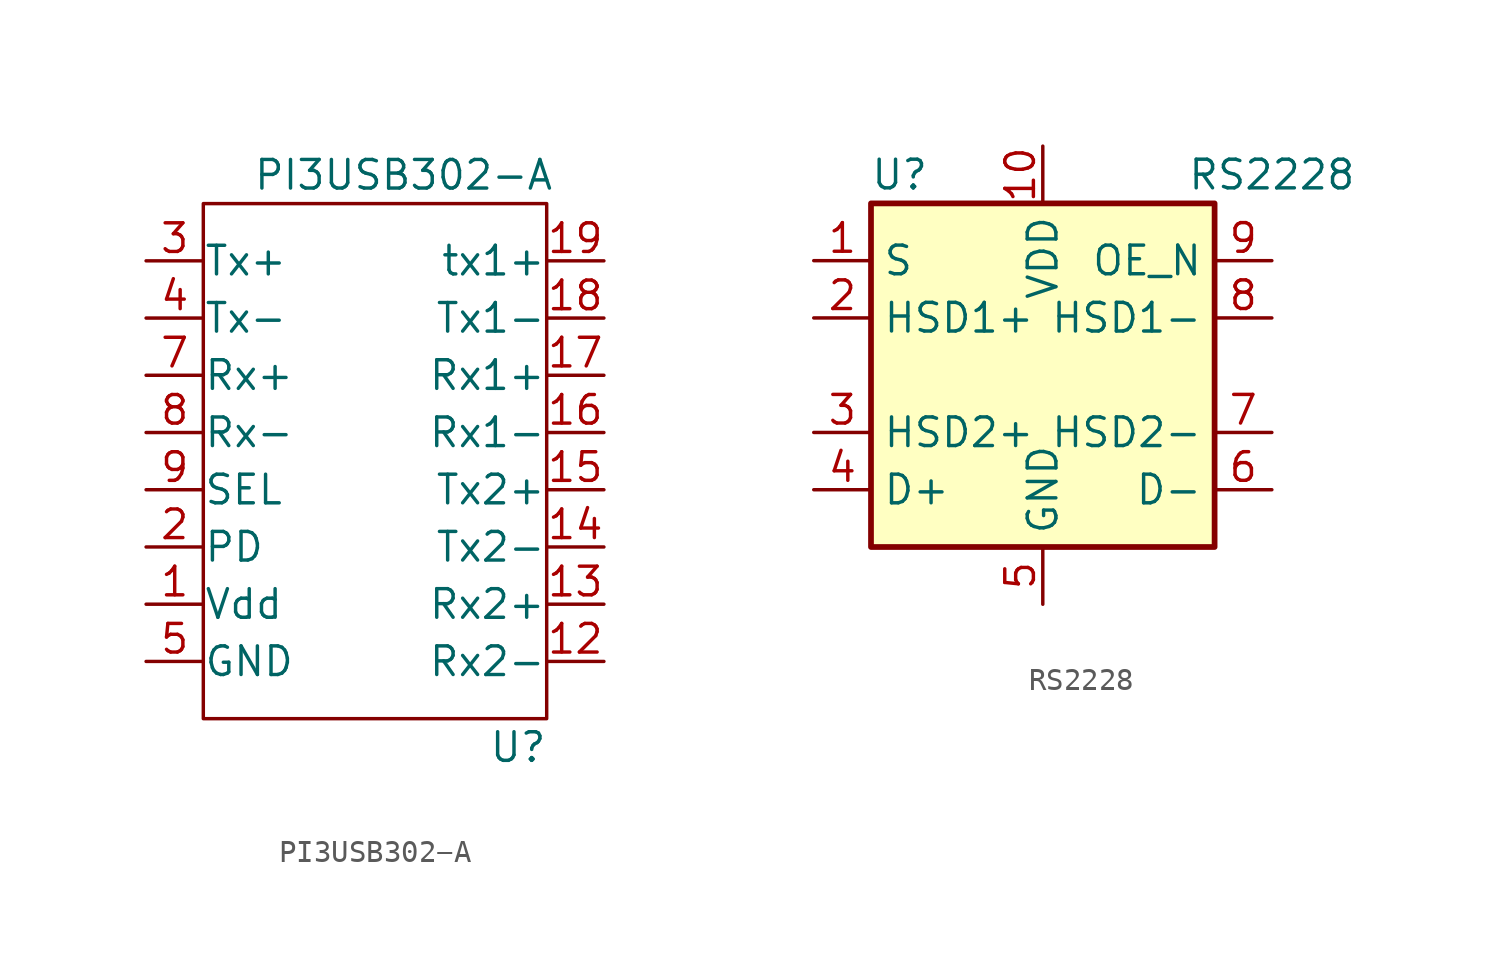
<source format=kicad_sym>
(kicad_symbol_lib
  (version 20211014)
  (generator kicad_symbol_editor)
  (symbol "PI3USB302−A"
    (pin_names
      (offset 0.002))
    (property "Reference" "U"
      (at 6.35 -12.7 0)
      (effects (font (size 1.27 1.27))))
    (property "Value" "PI3USB302−A"
      (at 1.27 12.7 0)
      (effects (font (size 1.27 1.27))))
    (symbol "PI3USB302−A_0_1"
      (rectangle (start -7.62 11.43) (end 7.62 -11.43) (stroke (width 0) (type default) (color 0 0 0 0)) (fill (type none))))
    (symbol "PI3USB302−A_1_1"
      (pin input line (at -10.16 -6.35 0) (length 2.54) (name "Vdd" (effects (font (size 1.27 1.27)))) (number "1" (effects (font (size 1.27 1.27)))))
      (pin input line (at 10.16 -8.89 180) (length 2.54) (name "Rx2-" (effects (font (size 1.27 1.27)))) (number "12" (effects (font (size 1.27 1.27)))))
      (pin input line (at 10.16 -6.35 180) (length 2.54) (name "Rx2+" (effects (font (size 1.27 1.27)))) (number "13" (effects (font (size 1.27 1.27)))))
      (pin input line (at 10.16 -3.81 180) (length 2.54) (name "Tx2-" (effects (font (size 1.27 1.27)))) (number "14" (effects (font (size 1.27 1.27)))))
      (pin input line (at 10.16 -1.27 180) (length 2.54) (name "Tx2+" (effects (font (size 1.27 1.27)))) (number "15" (effects (font (size 1.27 1.27)))))
      (pin input line (at 10.16 1.27 180) (length 2.54) (name "Rx1-" (effects (font (size 1.27 1.27)))) (number "16" (effects (font (size 1.27 1.27)))))
      (pin input line (at 10.16 3.81 180) (length 2.54) (name "Rx1+" (effects (font (size 1.27 1.27)))) (number "17" (effects (font (size 1.27 1.27)))))
      (pin input line (at 10.16 6.35 180) (length 2.54) (name "Tx1-" (effects (font (size 1.27 1.27)))) (number "18" (effects (font (size 1.27 1.27)))))
      (pin input line (at 10.16 8.89 180) (length 2.54) (name "tx1+" (effects (font (size 1.27 1.27)))) (number "19" (effects (font (size 1.27 1.27)))))
      (pin input line (at -10.16 -3.81 0) (length 2.54) (name "PD" (effects (font (size 1.27 1.27)))) (number "2" (effects (font (size 1.27 1.27)))))
      (pin input line (at -10.16 8.89 0) (length 2.54) (name "Tx+" (effects (font (size 1.27 1.27)))) (number "3" (effects (font (size 1.27 1.27)))))
      (pin input line (at -10.16 6.35 0) (length 2.54) (name "Tx-" (effects (font (size 1.27 1.27)))) (number "4" (effects (font (size 1.27 1.27)))))
      (pin input line (at -10.16 -8.89 0) (length 2.54) (name "GND" (effects (font (size 1.27 1.27)))) (number "5" (effects (font (size 1.27 1.27)))))
      (pin input line (at -10.16 3.81 0) (length 2.54) (name "Rx+" (effects (font (size 1.27 1.27)))) (number "7" (effects (font (size 1.27 1.27)))))
      (pin input line (at -10.16 1.27 0) (length 2.54) (name "Rx-" (effects (font (size 1.27 1.27)))) (number "8" (effects (font (size 1.27 1.27)))))
      (pin input line (at -10.16 -1.27 0) (length 2.54) (name "SEL" (effects (font (size 1.27 1.27)))) (number "9" (effects (font (size 1.27 1.27)))))))
  (symbol "RS2228"
    (property "Reference" "U"
      (at -6.35 8.89 0)
      (effects (font (size 1.27 1.27))))
    (property "Value" "RS2228"
      (at 10.16 8.89 0)
      (effects (font (size 1.27 1.27))))
    (symbol "RS2228_0_1"
      (rectangle (start 7.62 7.62) (end -7.62 -7.62) (stroke (width 0.254) (type default) (color 0 0 0 0)) (fill (type background))))
    (symbol "RS2228_1_1"
      (pin bidirectional line (at -10.16 5.08 0) (length 2.54) (name "S" (effects (font (size 1.27 1.27)))) (number "1" (effects (font (size 1.27 1.27)))))
      (pin power_in line (at 0 10.16 270) (length 2.54) (name "VDD" (effects (font (size 1.27 1.27)))) (number "10" (effects (font (size 1.27 1.27)))))
      (pin bidirectional line (at -10.16 2.54 0) (length 2.54) (name "HSD1+" (effects (font (size 1.27 1.27)))) (number "2" (effects (font (size 1.27 1.27)))))
      (pin input line (at -10.16 -2.54 0) (length 2.54) (name "HSD2+" (effects (font (size 1.27 1.27)))) (number "3" (effects (font (size 1.27 1.27)))))
      (pin input line (at -10.16 -5.08 0) (length 2.54) (name "D+" (effects (font (size 1.27 1.27)))) (number "4" (effects (font (size 1.27 1.27)))))
      (pin power_in line (at 0 -10.16 90) (length 2.54) (name "GND" (effects (font (size 1.27 1.27)))) (number "5" (effects (font (size 1.27 1.27)))))
      (pin bidirectional line (at 10.16 -5.08 180) (length 2.54) (name "D-" (effects (font (size 1.27 1.27)))) (number "6" (effects (font (size 1.27 1.27)))))
      (pin bidirectional line (at 10.16 -2.54 180) (length 2.54) (name "HSD2-" (effects (font (size 1.27 1.27)))) (number "7" (effects (font (size 1.27 1.27)))))
      (pin bidirectional line (at 10.16 2.54 180) (length 2.54) (name "HSD1-" (effects (font (size 1.27 1.27)))) (number "8" (effects (font (size 1.27 1.27)))))
      (pin bidirectional line (at 10.16 5.08 180) (length 2.54) (name "OE_N" (effects (font (size 1.27 1.27)))) (number "9" (effects (font (size 1.27 1.27))))))))
</source>
